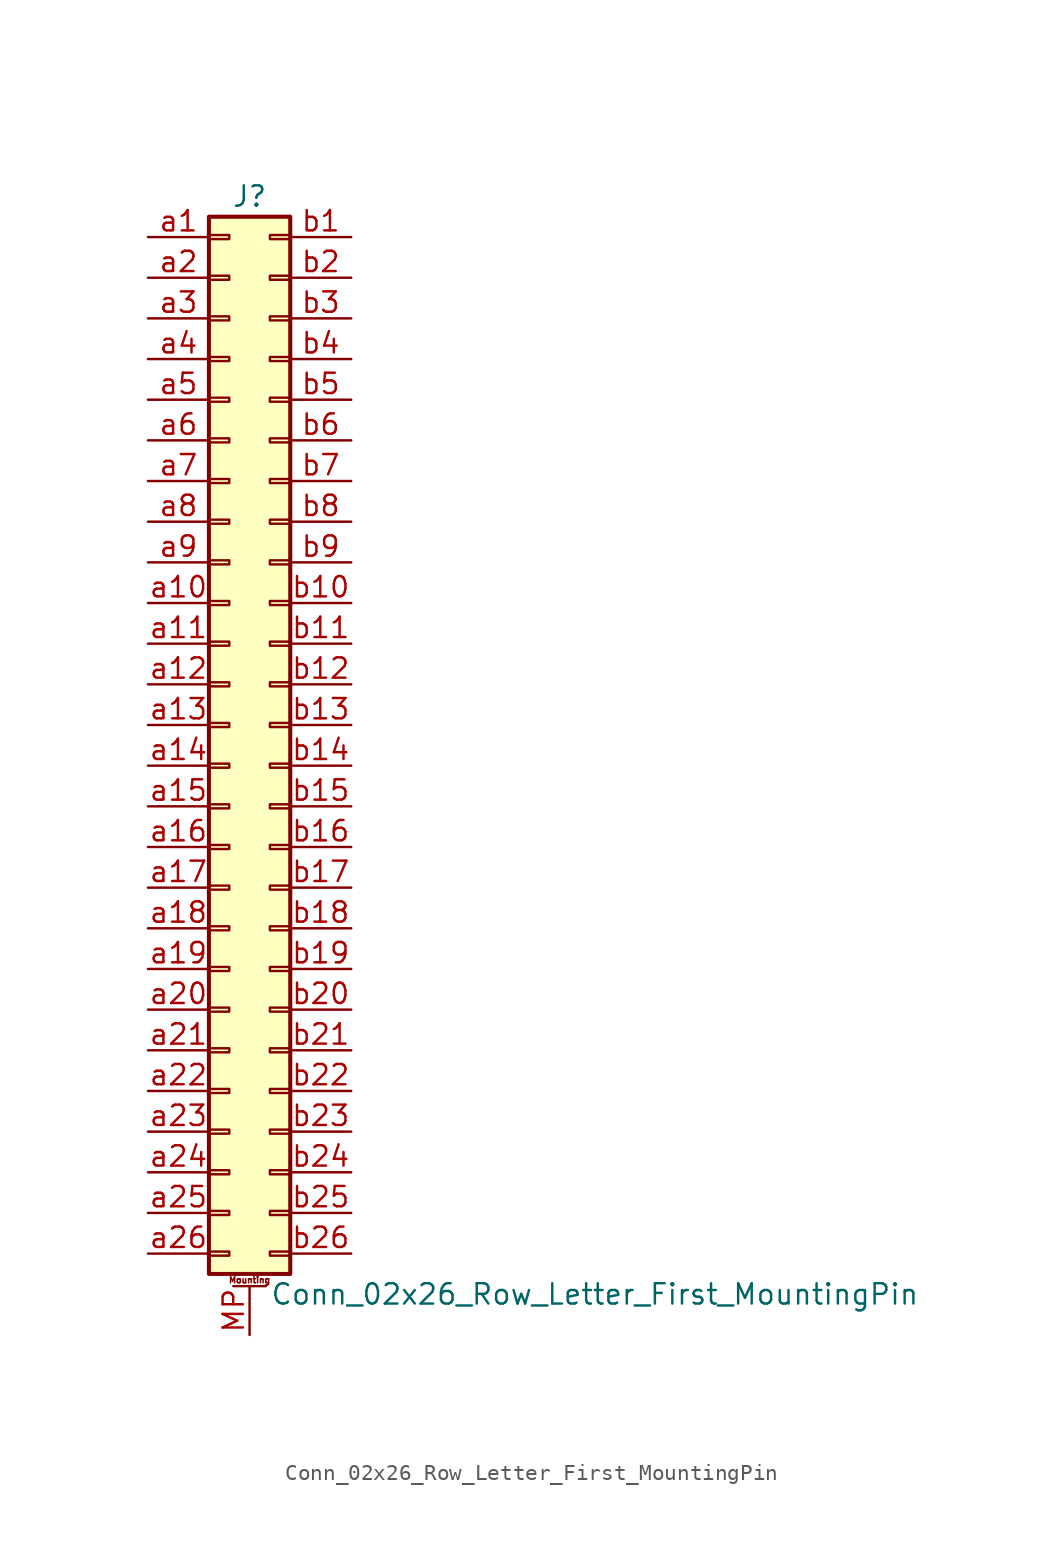
<source format=kicad_sym>
(kicad_symbol_lib
  (version 20201005)
  (generator kicad_symbol_editor)
  (symbol "Conn_02x26_Row_Letter_First_MountingPin"
    (pin_names
      (offset 1.016) hide)
    (property "Reference" "J"
      (at 1.27 33.02 0)
      (effects (font (size 1.27 1.27))))
    (property "Value" "Conn_02x26_Row_Letter_First_MountingPin"
      (at 2.54 -35.56 0)
      (effects (font (size 1.27 1.27)) (justify left)))
    (symbol "Conn_02x26_Row_Letter_First_MountingPin_1_1"
      (text "Mounting" (at 1.27 -34.671 0) (effects (font (size 0.381 0.381))))
      (rectangle (start -1.27 -32.893) (end 0 -33.147) (stroke (width 0.152)) (fill (type none)))
      (rectangle (start -1.27 -30.353) (end 0 -30.607) (stroke (width 0.152)) (fill (type none)))
      (rectangle (start -1.27 -27.813) (end 0 -28.067) (stroke (width 0.152)) (fill (type none)))
      (rectangle (start -1.27 -25.273) (end 0 -25.527) (stroke (width 0.152)) (fill (type none)))
      (rectangle (start -1.27 -22.733) (end 0 -22.987) (stroke (width 0.152)) (fill (type none)))
      (rectangle (start -1.27 -20.193) (end 0 -20.447) (stroke (width 0.152)) (fill (type none)))
      (rectangle (start -1.27 -17.653) (end 0 -17.907) (stroke (width 0.152)) (fill (type none)))
      (rectangle (start -1.27 -15.113) (end 0 -15.367) (stroke (width 0.152)) (fill (type none)))
      (rectangle (start -1.27 -12.573) (end 0 -12.827) (stroke (width 0.152)) (fill (type none)))
      (rectangle (start -1.27 -10.033) (end 0 -10.287) (stroke (width 0.152)) (fill (type none)))
      (rectangle (start -1.27 -7.493) (end 0 -7.747) (stroke (width 0.152)) (fill (type none)))
      (rectangle (start -1.27 -4.953) (end 0 -5.207) (stroke (width 0.152)) (fill (type none)))
      (rectangle (start -1.27 -2.413) (end 0 -2.667) (stroke (width 0.152)) (fill (type none)))
      (rectangle (start -1.27 0.127) (end 0 -0.127) (stroke (width 0.152)) (fill (type none)))
      (rectangle (start -1.27 2.667) (end 0 2.413) (stroke (width 0.152)) (fill (type none)))
      (rectangle (start -1.27 5.207) (end 0 4.953) (stroke (width 0.152)) (fill (type none)))
      (rectangle (start -1.27 7.747) (end 0 7.493) (stroke (width 0.152)) (fill (type none)))
      (rectangle (start -1.27 10.287) (end 0 10.033) (stroke (width 0.152)) (fill (type none)))
      (rectangle (start -1.27 12.827) (end 0 12.573) (stroke (width 0.152)) (fill (type none)))
      (rectangle (start -1.27 15.367) (end 0 15.113) (stroke (width 0.152)) (fill (type none)))
      (rectangle (start -1.27 17.907) (end 0 17.653) (stroke (width 0.152)) (fill (type none)))
      (rectangle (start -1.27 20.447) (end 0 20.193) (stroke (width 0.152)) (fill (type none)))
      (rectangle (start -1.27 22.987) (end 0 22.733) (stroke (width 0.152)) (fill (type none)))
      (rectangle (start -1.27 25.527) (end 0 25.273) (stroke (width 0.152)) (fill (type none)))
      (rectangle (start -1.27 28.067) (end 0 27.813) (stroke (width 0.152)) (fill (type none)))
      (rectangle (start -1.27 30.607) (end 0 30.353) (stroke (width 0.152)) (fill (type none)))
      (rectangle (start 3.81 -32.893) (end 2.54 -33.147) (stroke (width 0.152)) (fill (type none)))
      (rectangle (start 3.81 -30.353) (end 2.54 -30.607) (stroke (width 0.152)) (fill (type none)))
      (rectangle (start 3.81 -27.813) (end 2.54 -28.067) (stroke (width 0.152)) (fill (type none)))
      (rectangle (start 3.81 -25.273) (end 2.54 -25.527) (stroke (width 0.152)) (fill (type none)))
      (rectangle (start 3.81 -22.733) (end 2.54 -22.987) (stroke (width 0.152)) (fill (type none)))
      (rectangle (start 3.81 -20.193) (end 2.54 -20.447) (stroke (width 0.152)) (fill (type none)))
      (rectangle (start 3.81 -17.653) (end 2.54 -17.907) (stroke (width 0.152)) (fill (type none)))
      (rectangle (start 3.81 -15.113) (end 2.54 -15.367) (stroke (width 0.152)) (fill (type none)))
      (rectangle (start 3.81 -12.573) (end 2.54 -12.827) (stroke (width 0.152)) (fill (type none)))
      (rectangle (start 3.81 -10.033) (end 2.54 -10.287) (stroke (width 0.152)) (fill (type none)))
      (rectangle (start 3.81 -7.493) (end 2.54 -7.747) (stroke (width 0.152)) (fill (type none)))
      (rectangle (start 3.81 -4.953) (end 2.54 -5.207) (stroke (width 0.152)) (fill (type none)))
      (rectangle (start 3.81 -2.413) (end 2.54 -2.667) (stroke (width 0.152)) (fill (type none)))
      (rectangle (start 3.81 0.127) (end 2.54 -0.127) (stroke (width 0.152)) (fill (type none)))
      (rectangle (start 3.81 2.667) (end 2.54 2.413) (stroke (width 0.152)) (fill (type none)))
      (rectangle (start 3.81 5.207) (end 2.54 4.953) (stroke (width 0.152)) (fill (type none)))
      (rectangle (start 3.81 7.747) (end 2.54 7.493) (stroke (width 0.152)) (fill (type none)))
      (rectangle (start 3.81 10.287) (end 2.54 10.033) (stroke (width 0.152)) (fill (type none)))
      (rectangle (start 3.81 12.827) (end 2.54 12.573) (stroke (width 0.152)) (fill (type none)))
      (rectangle (start 3.81 15.367) (end 2.54 15.113) (stroke (width 0.152)) (fill (type none)))
      (rectangle (start 3.81 17.907) (end 2.54 17.653) (stroke (width 0.152)) (fill (type none)))
      (rectangle (start 3.81 20.447) (end 2.54 20.193) (stroke (width 0.152)) (fill (type none)))
      (rectangle (start 3.81 22.987) (end 2.54 22.733) (stroke (width 0.152)) (fill (type none)))
      (rectangle (start 3.81 25.527) (end 2.54 25.273) (stroke (width 0.152)) (fill (type none)))
      (rectangle (start 3.81 28.067) (end 2.54 27.813) (stroke (width 0.152)) (fill (type none)))
      (rectangle (start 3.81 30.607) (end 2.54 30.353) (stroke (width 0.152)) (fill (type none)))
      (rectangle (start -1.27 31.75) (end 3.81 -34.29) (stroke (width 0.254)) (fill (type background)))
      (polyline (pts (xy 0.254 -35.052) (xy 2.286 -35.052)) (stroke (width 0.152)) (fill (type none)))
      (pin passive line (at 1.27 -38.1 90) (length 3.048) (name "MountPin" (effects (font (size 1.27 1.27)))) (number "MP" (effects (font (size 1.27 1.27)))))
      (pin passive line (at -5.08 30.48 0) (length 3.81) (name "Pin_a1" (effects (font (size 1.27 1.27)))) (number "a1" (effects (font (size 1.27 1.27)))))
      (pin passive line (at -5.08 7.62 0) (length 3.81) (name "Pin_a10" (effects (font (size 1.27 1.27)))) (number "a10" (effects (font (size 1.27 1.27)))))
      (pin passive line (at -5.08 5.08 0) (length 3.81) (name "Pin_a11" (effects (font (size 1.27 1.27)))) (number "a11" (effects (font (size 1.27 1.27)))))
      (pin passive line (at -5.08 2.54 0) (length 3.81) (name "Pin_a12" (effects (font (size 1.27 1.27)))) (number "a12" (effects (font (size 1.27 1.27)))))
      (pin passive line (at -5.08 0 0) (length 3.81) (name "Pin_a13" (effects (font (size 1.27 1.27)))) (number "a13" (effects (font (size 1.27 1.27)))))
      (pin passive line (at -5.08 -2.54 0) (length 3.81) (name "Pin_a14" (effects (font (size 1.27 1.27)))) (number "a14" (effects (font (size 1.27 1.27)))))
      (pin passive line (at -5.08 -5.08 0) (length 3.81) (name "Pin_a15" (effects (font (size 1.27 1.27)))) (number "a15" (effects (font (size 1.27 1.27)))))
      (pin passive line (at -5.08 -7.62 0) (length 3.81) (name "Pin_a16" (effects (font (size 1.27 1.27)))) (number "a16" (effects (font (size 1.27 1.27)))))
      (pin passive line (at -5.08 -10.16 0) (length 3.81) (name "Pin_a17" (effects (font (size 1.27 1.27)))) (number "a17" (effects (font (size 1.27 1.27)))))
      (pin passive line (at -5.08 -12.7 0) (length 3.81) (name "Pin_a18" (effects (font (size 1.27 1.27)))) (number "a18" (effects (font (size 1.27 1.27)))))
      (pin passive line (at -5.08 -15.24 0) (length 3.81) (name "Pin_a19" (effects (font (size 1.27 1.27)))) (number "a19" (effects (font (size 1.27 1.27)))))
      (pin passive line (at -5.08 27.94 0) (length 3.81) (name "Pin_a2" (effects (font (size 1.27 1.27)))) (number "a2" (effects (font (size 1.27 1.27)))))
      (pin passive line (at -5.08 -17.78 0) (length 3.81) (name "Pin_a20" (effects (font (size 1.27 1.27)))) (number "a20" (effects (font (size 1.27 1.27)))))
      (pin passive line (at -5.08 -20.32 0) (length 3.81) (name "Pin_a21" (effects (font (size 1.27 1.27)))) (number "a21" (effects (font (size 1.27 1.27)))))
      (pin passive line (at -5.08 -22.86 0) (length 3.81) (name "Pin_a22" (effects (font (size 1.27 1.27)))) (number "a22" (effects (font (size 1.27 1.27)))))
      (pin passive line (at -5.08 -25.4 0) (length 3.81) (name "Pin_a23" (effects (font (size 1.27 1.27)))) (number "a23" (effects (font (size 1.27 1.27)))))
      (pin passive line (at -5.08 -27.94 0) (length 3.81) (name "Pin_a24" (effects (font (size 1.27 1.27)))) (number "a24" (effects (font (size 1.27 1.27)))))
      (pin passive line (at -5.08 -30.48 0) (length 3.81) (name "Pin_a25" (effects (font (size 1.27 1.27)))) (number "a25" (effects (font (size 1.27 1.27)))))
      (pin passive line (at -5.08 -33.02 0) (length 3.81) (name "Pin_a26" (effects (font (size 1.27 1.27)))) (number "a26" (effects (font (size 1.27 1.27)))))
      (pin passive line (at -5.08 25.4 0) (length 3.81) (name "Pin_a3" (effects (font (size 1.27 1.27)))) (number "a3" (effects (font (size 1.27 1.27)))))
      (pin passive line (at -5.08 22.86 0) (length 3.81) (name "Pin_a4" (effects (font (size 1.27 1.27)))) (number "a4" (effects (font (size 1.27 1.27)))))
      (pin passive line (at -5.08 20.32 0) (length 3.81) (name "Pin_a5" (effects (font (size 1.27 1.27)))) (number "a5" (effects (font (size 1.27 1.27)))))
      (pin passive line (at -5.08 17.78 0) (length 3.81) (name "Pin_a6" (effects (font (size 1.27 1.27)))) (number "a6" (effects (font (size 1.27 1.27)))))
      (pin passive line (at -5.08 15.24 0) (length 3.81) (name "Pin_a7" (effects (font (size 1.27 1.27)))) (number "a7" (effects (font (size 1.27 1.27)))))
      (pin passive line (at -5.08 12.7 0) (length 3.81) (name "Pin_a8" (effects (font (size 1.27 1.27)))) (number "a8" (effects (font (size 1.27 1.27)))))
      (pin passive line (at -5.08 10.16 0) (length 3.81) (name "Pin_a9" (effects (font (size 1.27 1.27)))) (number "a9" (effects (font (size 1.27 1.27)))))
      (pin passive line (at 7.62 30.48 180) (length 3.81) (name "Pin_b1" (effects (font (size 1.27 1.27)))) (number "b1" (effects (font (size 1.27 1.27)))))
      (pin passive line (at 7.62 7.62 180) (length 3.81) (name "Pin_b10" (effects (font (size 1.27 1.27)))) (number "b10" (effects (font (size 1.27 1.27)))))
      (pin passive line (at 7.62 5.08 180) (length 3.81) (name "Pin_b11" (effects (font (size 1.27 1.27)))) (number "b11" (effects (font (size 1.27 1.27)))))
      (pin passive line (at 7.62 2.54 180) (length 3.81) (name "Pin_b12" (effects (font (size 1.27 1.27)))) (number "b12" (effects (font (size 1.27 1.27)))))
      (pin passive line (at 7.62 0 180) (length 3.81) (name "Pin_b13" (effects (font (size 1.27 1.27)))) (number "b13" (effects (font (size 1.27 1.27)))))
      (pin passive line (at 7.62 -2.54 180) (length 3.81) (name "Pin_b14" (effects (font (size 1.27 1.27)))) (number "b14" (effects (font (size 1.27 1.27)))))
      (pin passive line (at 7.62 -5.08 180) (length 3.81) (name "Pin_b15" (effects (font (size 1.27 1.27)))) (number "b15" (effects (font (size 1.27 1.27)))))
      (pin passive line (at 7.62 -7.62 180) (length 3.81) (name "Pin_b16" (effects (font (size 1.27 1.27)))) (number "b16" (effects (font (size 1.27 1.27)))))
      (pin passive line (at 7.62 -10.16 180) (length 3.81) (name "Pin_b17" (effects (font (size 1.27 1.27)))) (number "b17" (effects (font (size 1.27 1.27)))))
      (pin passive line (at 7.62 -12.7 180) (length 3.81) (name "Pin_b18" (effects (font (size 1.27 1.27)))) (number "b18" (effects (font (size 1.27 1.27)))))
      (pin passive line (at 7.62 -15.24 180) (length 3.81) (name "Pin_b19" (effects (font (size 1.27 1.27)))) (number "b19" (effects (font (size 1.27 1.27)))))
      (pin passive line (at 7.62 27.94 180) (length 3.81) (name "Pin_b2" (effects (font (size 1.27 1.27)))) (number "b2" (effects (font (size 1.27 1.27)))))
      (pin passive line (at 7.62 -17.78 180) (length 3.81) (name "Pin_b20" (effects (font (size 1.27 1.27)))) (number "b20" (effects (font (size 1.27 1.27)))))
      (pin passive line (at 7.62 -20.32 180) (length 3.81) (name "Pin_b21" (effects (font (size 1.27 1.27)))) (number "b21" (effects (font (size 1.27 1.27)))))
      (pin passive line (at 7.62 -22.86 180) (length 3.81) (name "Pin_b22" (effects (font (size 1.27 1.27)))) (number "b22" (effects (font (size 1.27 1.27)))))
      (pin passive line (at 7.62 -25.4 180) (length 3.81) (name "Pin_b23" (effects (font (size 1.27 1.27)))) (number "b23" (effects (font (size 1.27 1.27)))))
      (pin passive line (at 7.62 -27.94 180) (length 3.81) (name "Pin_b24" (effects (font (size 1.27 1.27)))) (number "b24" (effects (font (size 1.27 1.27)))))
      (pin passive line (at 7.62 -30.48 180) (length 3.81) (name "Pin_b25" (effects (font (size 1.27 1.27)))) (number "b25" (effects (font (size 1.27 1.27)))))
      (pin passive line (at 7.62 -33.02 180) (length 3.81) (name "Pin_b26" (effects (font (size 1.27 1.27)))) (number "b26" (effects (font (size 1.27 1.27)))))
      (pin passive line (at 7.62 25.4 180) (length 3.81) (name "Pin_b3" (effects (font (size 1.27 1.27)))) (number "b3" (effects (font (size 1.27 1.27)))))
      (pin passive line (at 7.62 22.86 180) (length 3.81) (name "Pin_b4" (effects (font (size 1.27 1.27)))) (number "b4" (effects (font (size 1.27 1.27)))))
      (pin passive line (at 7.62 20.32 180) (length 3.81) (name "Pin_b5" (effects (font (size 1.27 1.27)))) (number "b5" (effects (font (size 1.27 1.27)))))
      (pin passive line (at 7.62 17.78 180) (length 3.81) (name "Pin_b6" (effects (font (size 1.27 1.27)))) (number "b6" (effects (font (size 1.27 1.27)))))
      (pin passive line (at 7.62 15.24 180) (length 3.81) (name "Pin_b7" (effects (font (size 1.27 1.27)))) (number "b7" (effects (font (size 1.27 1.27)))))
      (pin passive line (at 7.62 12.7 180) (length 3.81) (name "Pin_b8" (effects (font (size 1.27 1.27)))) (number "b8" (effects (font (size 1.27 1.27)))))
      (pin passive line (at 7.62 10.16 180) (length 3.81) (name "Pin_b9" (effects (font (size 1.27 1.27)))) (number "b9" (effects (font (size 1.27 1.27))))))))
</source>
